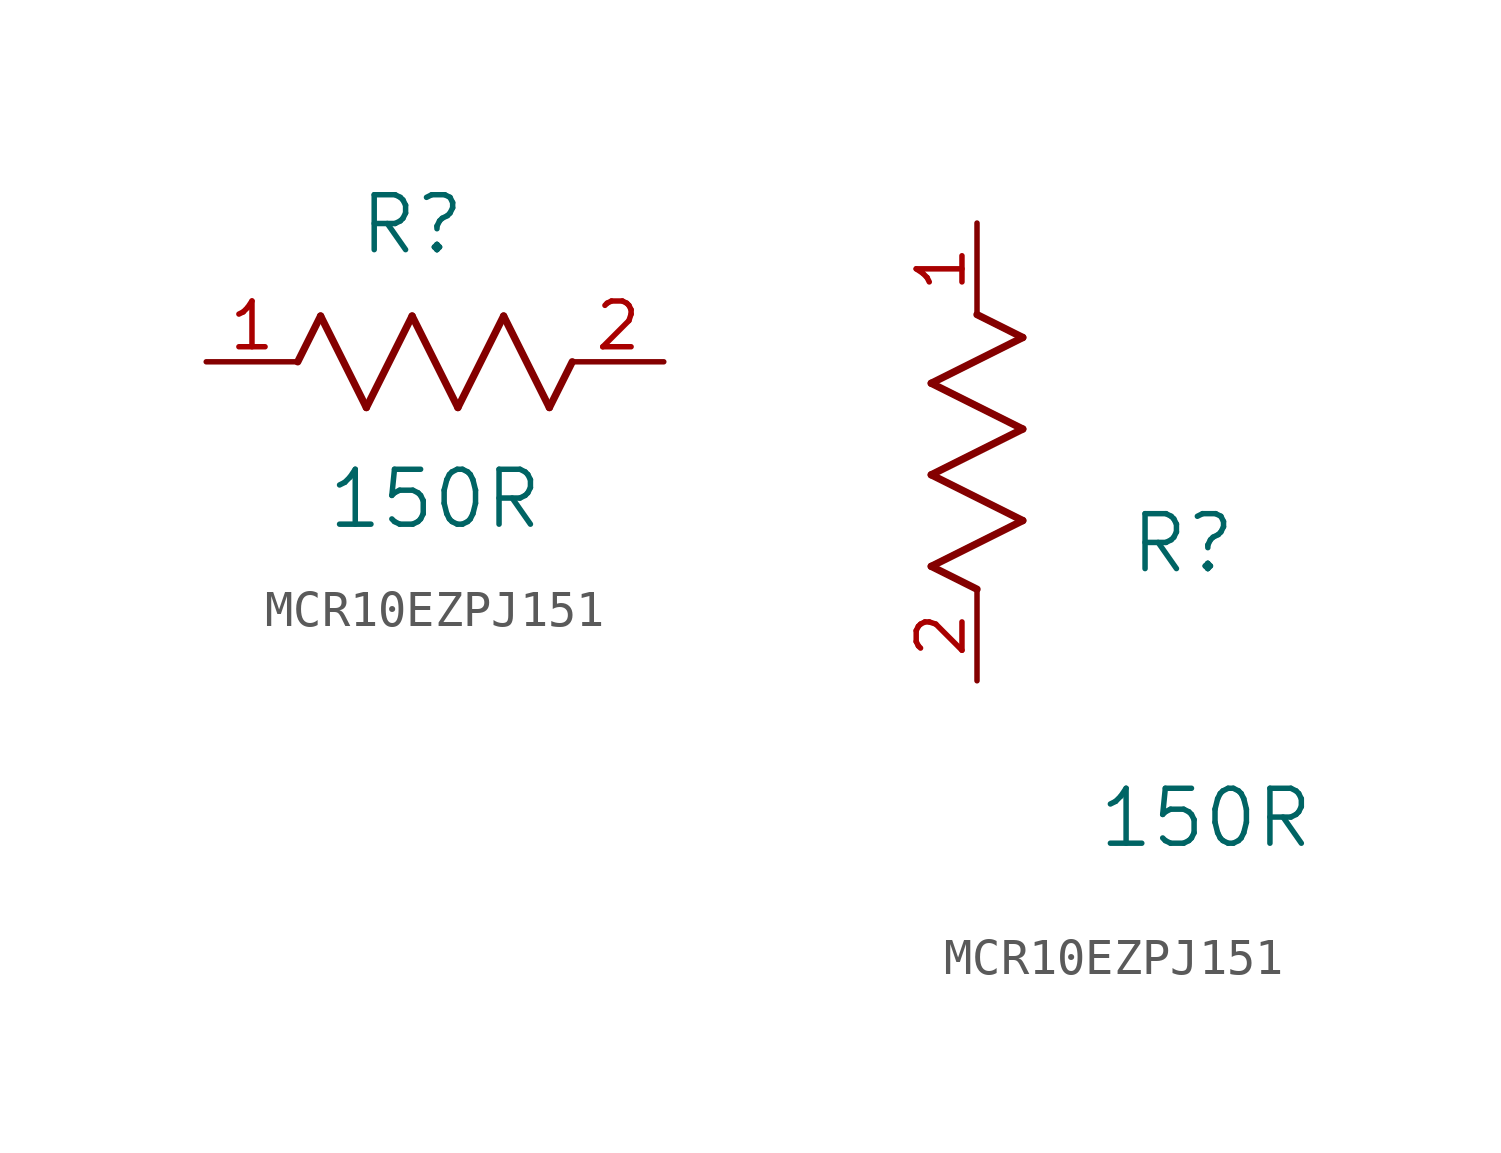
<source format=kicad_sym>
(kicad_symbol_lib
  (version 20220914)
  (generator kicad_symbol_editor)
  (symbol "MCR10EZPJ151"
    (pin_names
      (offset 0.254))
    (property "Reference" "R"
      (at 5.715 3.81 0)
      (effects (font (size 1.524 1.524))))
    (property "Value" "150R"
      (at 6.35 -3.81 0)
      (effects (font (size 1.524 1.524))))
    (symbol "MCR10EZPJ151_1_1"
      (polyline (pts (xy 2.54 0) (xy 3.175 1.27)) (stroke (width 0.203) (type default)) (fill (type none)))
      (polyline (pts (xy 3.175 1.27) (xy 4.445 -1.27)) (stroke (width 0.203) (type default)) (fill (type none)))
      (polyline (pts (xy 4.445 -1.27) (xy 5.715 1.27)) (stroke (width 0.203) (type default)) (fill (type none)))
      (polyline (pts (xy 5.715 1.27) (xy 6.985 -1.27)) (stroke (width 0.203) (type default)) (fill (type none)))
      (polyline (pts (xy 6.985 -1.27) (xy 8.255 1.27)) (stroke (width 0.203) (type default)) (fill (type none)))
      (polyline (pts (xy 8.255 1.27) (xy 9.525 -1.27)) (stroke (width 0.203) (type default)) (fill (type none)))
      (polyline (pts (xy 9.525 -1.27) (xy 10.16 0)) (stroke (width 0.203) (type default)) (fill (type none)))
      (pin unspecified line (at 0 0 0) (length 2.54) (name "" (effects (font (size 1.27 1.27)))) (number "1" (effects (font (size 1.27 1.27)))))
      (pin unspecified line (at 12.7 0 180) (length 2.54) (name "" (effects (font (size 1.27 1.27)))) (number "2" (effects (font (size 1.27 1.27))))))
    (symbol "MCR10EZPJ151_1_2"
      (polyline (pts (xy -1.27 3.175) (xy 1.27 4.445)) (stroke (width 0.203) (type default)) (fill (type none)))
      (polyline (pts (xy -1.27 5.715) (xy 1.27 6.985)) (stroke (width 0.203) (type default)) (fill (type none)))
      (polyline (pts (xy -1.27 8.255) (xy 1.27 9.525)) (stroke (width 0.203) (type default)) (fill (type none)))
      (polyline (pts (xy 0 2.54) (xy -1.27 3.175)) (stroke (width 0.203) (type default)) (fill (type none)))
      (polyline (pts (xy 1.27 4.445) (xy -1.27 5.715)) (stroke (width 0.203) (type default)) (fill (type none)))
      (polyline (pts (xy 1.27 6.985) (xy -1.27 8.255)) (stroke (width 0.203) (type default)) (fill (type none)))
      (polyline (pts (xy 1.27 9.525) (xy 0 10.16)) (stroke (width 0.203) (type default)) (fill (type none)))
      (pin unspecified line (at 0 12.7 270) (length 2.54) (name "" (effects (font (size 1.27 1.27)))) (number "1" (effects (font (size 1.27 1.27)))))
      (pin unspecified line (at 0 0 90) (length 2.54) (name "" (effects (font (size 1.27 1.27)))) (number "2" (effects (font (size 1.27 1.27))))))))
</source>
